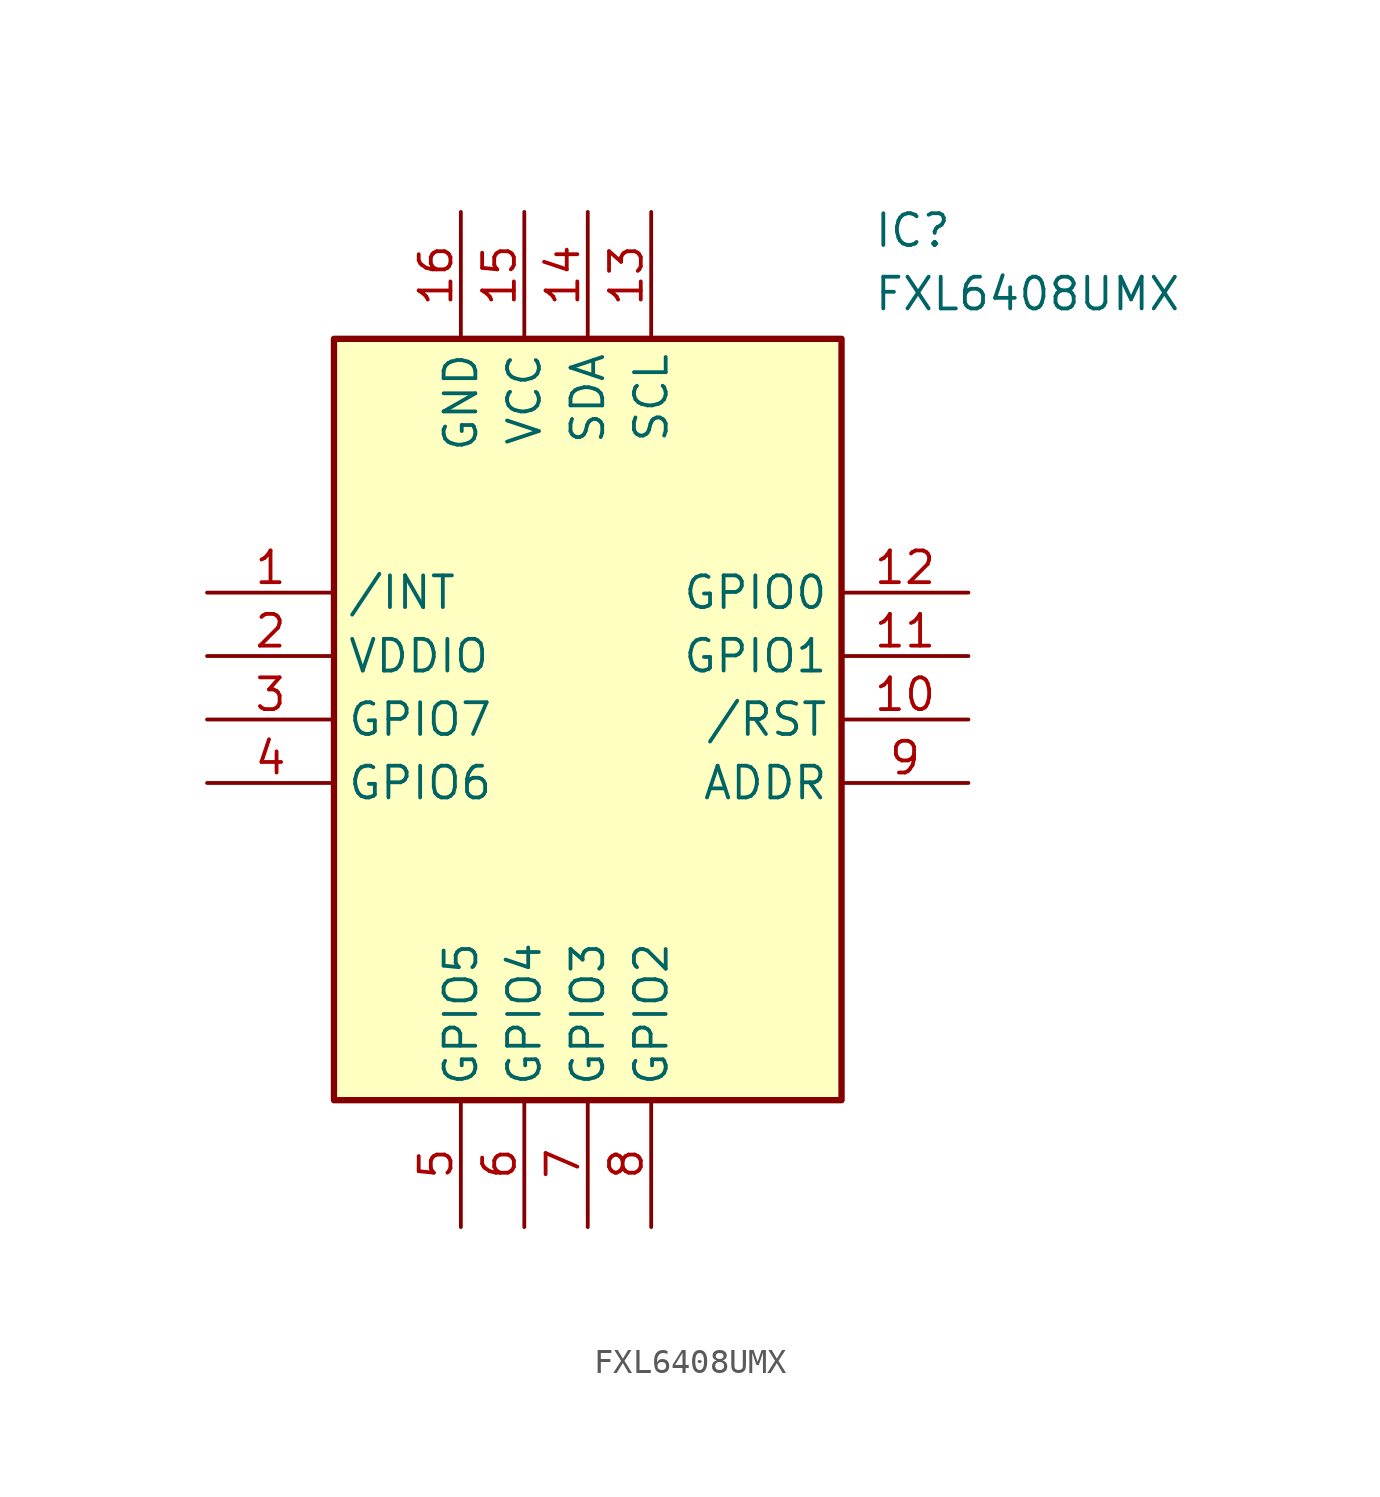
<source format=kicad_sym>
(kicad_symbol_lib
  (version 20211014)
  (generator SamacSys_ECAD_Model)
  (symbol "FXL6408UMX"
    (property "Reference" "IC"
      (at 26.67 15.24 0)
      (effects (font (size 1.27 1.27)) (justify left top)))
    (property "Value" "FXL6408UMX"
      (at 26.67 12.7 0)
      (effects (font (size 1.27 1.27)) (justify left top)))
    (rectangle
      (start 5.08 10.16)
      (end 25.4 -20.32)
      (stroke (width 0.254) (type default))
      (fill (type background)))
    (pin passive line
      (at 0 0 0)
      (length 5.08)
      (name "/INT" (effects (font (size 1.27 1.27))))
      (number "1" (effects (font (size 1.27 1.27)))))
    (pin passive line
      (at 0 -2.54 0)
      (length 5.08)
      (name "VDDIO" (effects (font (size 1.27 1.27))))
      (number "2" (effects (font (size 1.27 1.27)))))
    (pin passive line
      (at 0 -5.08 0)
      (length 5.08)
      (name "GPIO7" (effects (font (size 1.27 1.27))))
      (number "3" (effects (font (size 1.27 1.27)))))
    (pin passive line
      (at 0 -7.62 0)
      (length 5.08)
      (name "GPIO6" (effects (font (size 1.27 1.27))))
      (number "4" (effects (font (size 1.27 1.27)))))
    (pin passive line
      (at 10.16 -25.4 90)
      (length 5.08)
      (name "GPIO5" (effects (font (size 1.27 1.27))))
      (number "5" (effects (font (size 1.27 1.27)))))
    (pin passive line
      (at 12.7 -25.4 90)
      (length 5.08)
      (name "GPIO4" (effects (font (size 1.27 1.27))))
      (number "6" (effects (font (size 1.27 1.27)))))
    (pin passive line
      (at 15.24 -25.4 90)
      (length 5.08)
      (name "GPIO3" (effects (font (size 1.27 1.27))))
      (number "7" (effects (font (size 1.27 1.27)))))
    (pin passive line
      (at 17.78 -25.4 90)
      (length 5.08)
      (name "GPIO2" (effects (font (size 1.27 1.27))))
      (number "8" (effects (font (size 1.27 1.27)))))
    (pin passive line
      (at 30.48 0 180)
      (length 5.08)
      (name "GPIO0" (effects (font (size 1.27 1.27))))
      (number "12" (effects (font (size 1.27 1.27)))))
    (pin passive line
      (at 30.48 -2.54 180)
      (length 5.08)
      (name "GPIO1" (effects (font (size 1.27 1.27))))
      (number "11" (effects (font (size 1.27 1.27)))))
    (pin passive line
      (at 30.48 -5.08 180)
      (length 5.08)
      (name "/RST" (effects (font (size 1.27 1.27))))
      (number "10" (effects (font (size 1.27 1.27)))))
    (pin passive line
      (at 30.48 -7.62 180)
      (length 5.08)
      (name "ADDR" (effects (font (size 1.27 1.27))))
      (number "9" (effects (font (size 1.27 1.27)))))
    (pin passive line
      (at 10.16 15.24 270)
      (length 5.08)
      (name "GND" (effects (font (size 1.27 1.27))))
      (number "16" (effects (font (size 1.27 1.27)))))
    (pin passive line
      (at 12.7 15.24 270)
      (length 5.08)
      (name "VCC" (effects (font (size 1.27 1.27))))
      (number "15" (effects (font (size 1.27 1.27)))))
    (pin passive line
      (at 15.24 15.24 270)
      (length 5.08)
      (name "SDA" (effects (font (size 1.27 1.27))))
      (number "14" (effects (font (size 1.27 1.27)))))
    (pin passive line
      (at 17.78 15.24 270)
      (length 5.08)
      (name "SCL" (effects (font (size 1.27 1.27))))
      (number "13" (effects (font (size 1.27 1.27)))))))
</source>
